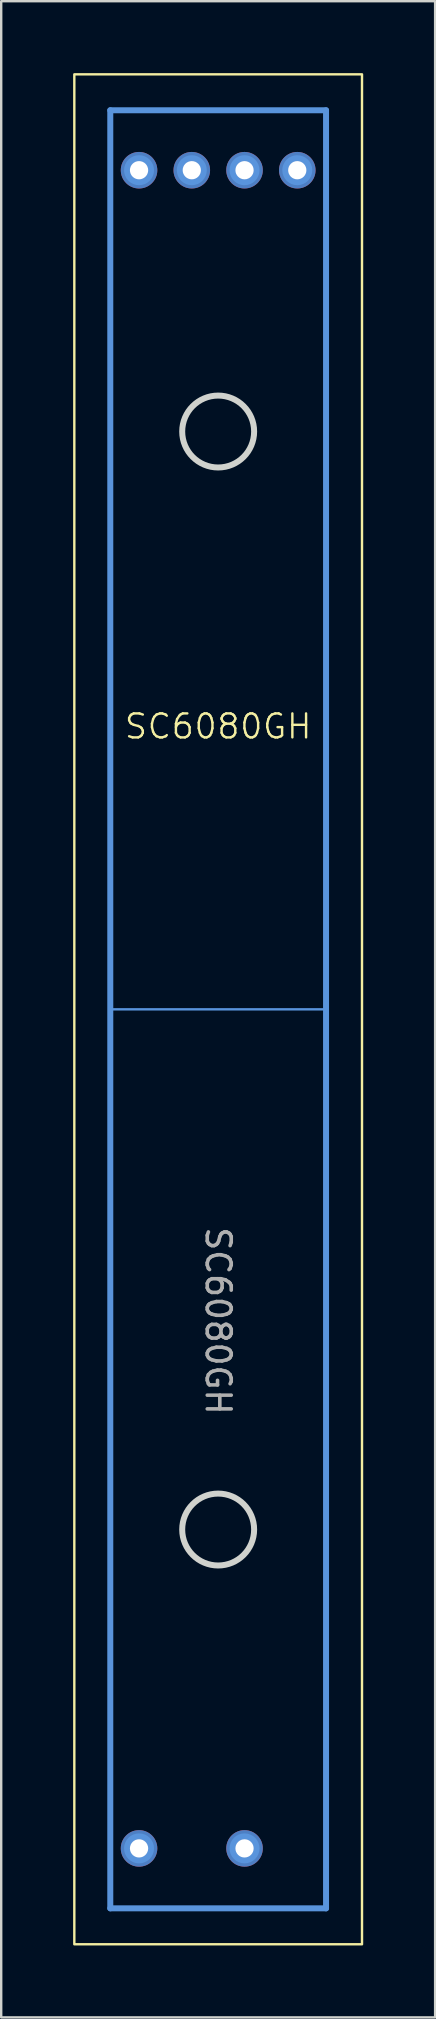
<source format=kicad_pcb>
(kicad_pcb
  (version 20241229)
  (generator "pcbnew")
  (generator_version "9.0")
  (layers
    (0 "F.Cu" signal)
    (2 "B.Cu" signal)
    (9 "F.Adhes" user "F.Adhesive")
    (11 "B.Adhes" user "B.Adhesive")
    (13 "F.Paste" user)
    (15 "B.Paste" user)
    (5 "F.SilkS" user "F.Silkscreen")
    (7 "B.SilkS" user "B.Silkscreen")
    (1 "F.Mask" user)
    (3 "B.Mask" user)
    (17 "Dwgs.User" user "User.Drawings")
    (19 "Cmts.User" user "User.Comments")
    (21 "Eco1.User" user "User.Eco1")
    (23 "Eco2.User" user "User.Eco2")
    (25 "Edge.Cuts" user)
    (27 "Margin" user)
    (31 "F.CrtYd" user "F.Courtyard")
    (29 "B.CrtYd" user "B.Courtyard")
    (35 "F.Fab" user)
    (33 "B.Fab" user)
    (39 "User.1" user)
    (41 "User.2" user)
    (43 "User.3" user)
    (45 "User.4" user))
  (footprint "SC6080GH"
    (layer "F.Cu")
    (at 6.05 39.05)
    (property "Reference" "SC6080GH" (at 0 -11.8 0) (unlocked yes) (layer "F.SilkS") (effects (font (size 1 1) (thickness 0.1))))
    (attr through_hole)
    (fp_rect (start -6 -39) (end 6 39) (stroke (width 0.1) (type default)) (fill no) (layer "F.SilkS"))
    (fp_line (start -4.5 -37.5) (end -4.5 37.5) (stroke (width 0.25) (type default)) (layer "Cmts.User"))
    (fp_line (start -4.5 37.5) (end 4.5 37.5) (stroke (width 0.25) (type default)) (layer "Cmts.User"))
    (fp_line (start 4.5 -37.5) (end -4.5 -37.5) (stroke (width 0.25) (type default)) (layer "Cmts.User"))
    (fp_line (start 4.5 0) (end -4.5 0) (stroke (width 0.1) (type default)) (layer "Cmts.User"))
    (fp_line (start 4.5 37.5) (end 4.5 -37.5) (stroke (width 0.25) (type default)) (layer "Cmts.User"))
    (fp_circle (center -3.3 -35) (end -3.3 -34.5) (stroke (width 0.25) (type default)) (fill no) (layer "Cmts.User"))
    (fp_circle (center -3.3 35) (end -3.3 35.5) (stroke (width 0.25) (type default)) (fill no) (layer "Cmts.User"))
    (fp_circle (center -1.1 -35) (end -1.1 -34.5) (stroke (width 0.25) (type default)) (fill no) (layer "Cmts.User"))
    (fp_circle (center 1.1 -35) (end 1.1 -34.5) (stroke (width 0.25) (type default)) (fill no) (layer "Cmts.User"))
    (fp_circle (center 1.1 35) (end 1.1 35.5) (stroke (width 0.25) (type default)) (fill no) (layer "Cmts.User"))
    (fp_circle (center 3.3 -35) (end 3.3 -34.5) (stroke (width 0.25) (type default)) (fill no) (layer "Cmts.User"))
    (fp_circle (center 0 -24.1) (end 0 -22.6) (stroke (width 0.25) (type default)) (fill no) (layer "Edge.Cuts"))
    (fp_circle (center 0 21.7) (end 0 23.2) (stroke (width 0.25) (type default)) (fill no) (layer "Edge.Cuts"))
    (fp_text user "${REFERENCE}" (at 0 13 270) (unlocked yes) (layer "F.Fab") (effects (font (size 1 1) (thickness 0.15))))
    (pad "1" thru_hole circle (at -3.3 -35 270) (size 1.524 1.524) (drill 0.762) (layers "*.Cu" "*.Mask"))
    (pad "1" thru_hole circle (at 1.1 -35 270) (size 1.524 1.524) (drill 0.762) (layers "*.Cu" "*.Mask"))
    (pad "2" thru_hole circle (at -1.1 -35 270) (size 1.524 1.524) (drill 0.762) (layers "*.Cu" "*.Mask"))
    (pad "2" thru_hole circle (at 3.3 -35 270) (size 1.524 1.524) (drill 0.762) (layers "*.Cu" "*.Mask"))
    (pad "3" thru_hole circle (at -3.3 35 270) (size 1.524 1.524) (drill 0.762) (layers "*.Cu" "*.Mask"))
    (pad "3" thru_hole circle (at 1.1 35 270) (size 1.524 1.524) (drill 0.762) (layers "*.Cu" "*.Mask")))
  (gr_rect
    (start -3 -3)
    (end 15.1 81.1)
    (stroke (width 0.1) (type default))
    (fill no)
    (layer "Edge.Cuts")))
</source>
